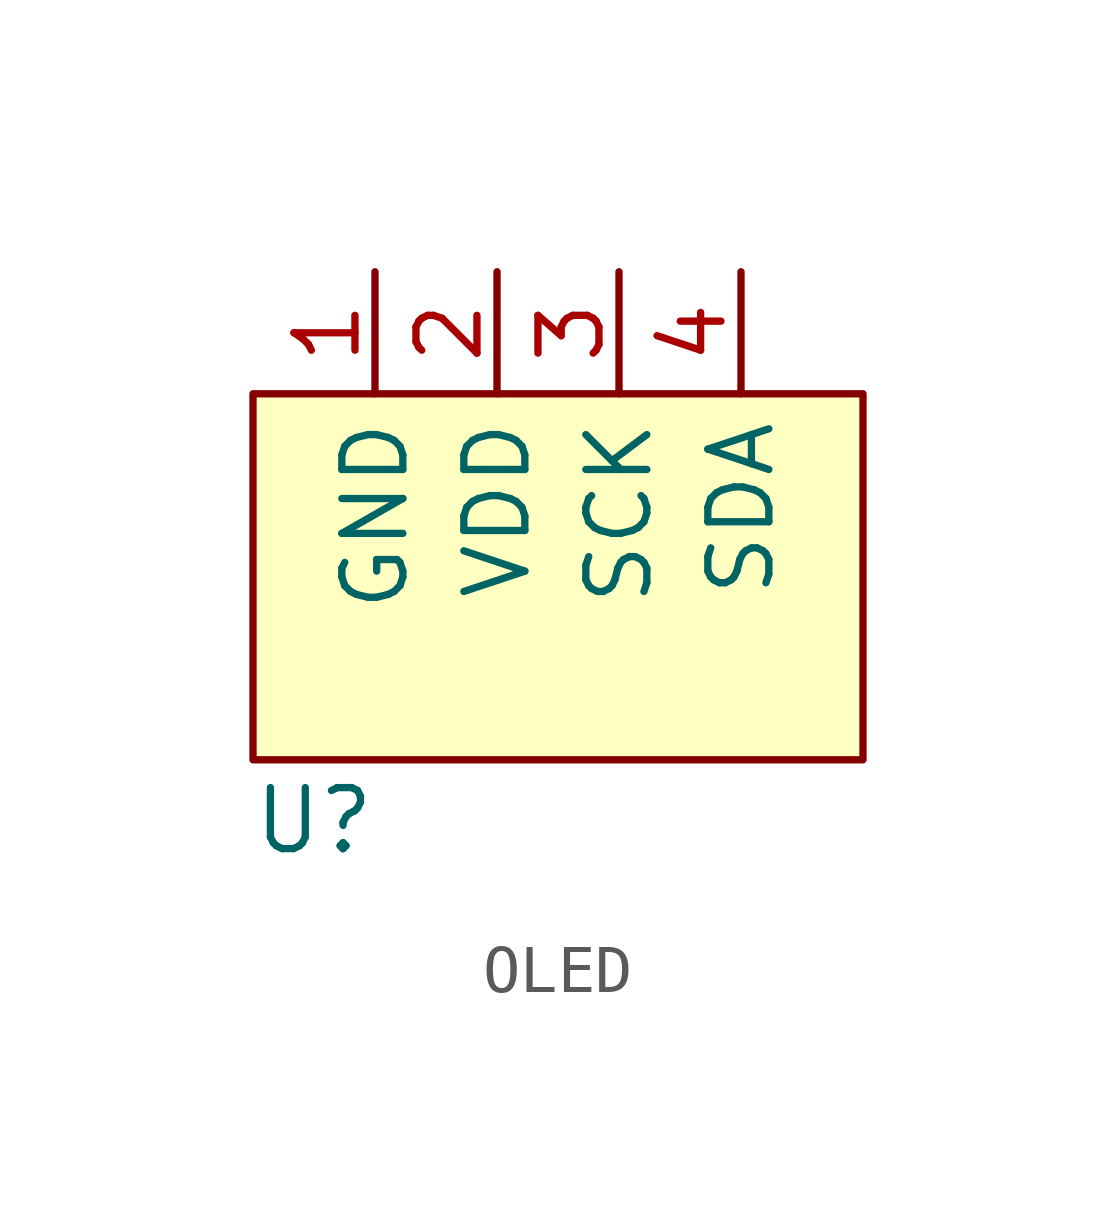
<source format=kicad_sym>
(kicad_symbol_lib
  (version 20220914)
  (generator kicad_symbol_editor)
  (symbol "OLED"
    (property "Reference" "U"
      (at -5.08 -6.35 0)
      (effects (font (size 1.27 1.27))))
    (property "Value" ""
      (at 0 0 0)
      (effects (font (size 1.27 1.27))))
    (symbol "OLED_1_1"
      (rectangle (start -6.35 2.54) (end 6.35 -5.08) (stroke (width 0) (type default)) (fill (type background)))
      (pin input line (at -3.81 5.08 270) (length 2.54) (name "GND" (effects (font (size 1.27 1.27)))) (number "1" (effects (font (size 1.27 1.27)))))
      (pin input line (at -1.27 5.08 270) (length 2.54) (name "VDD" (effects (font (size 1.27 1.27)))) (number "2" (effects (font (size 1.27 1.27)))))
      (pin input line (at 1.27 5.08 270) (length 2.54) (name "SCK" (effects (font (size 1.27 1.27)))) (number "3" (effects (font (size 1.27 1.27)))))
      (pin input line (at 3.81 5.08 270) (length 2.54) (name "SDA" (effects (font (size 1.27 1.27)))) (number "4" (effects (font (size 1.27 1.27))))))))
</source>
